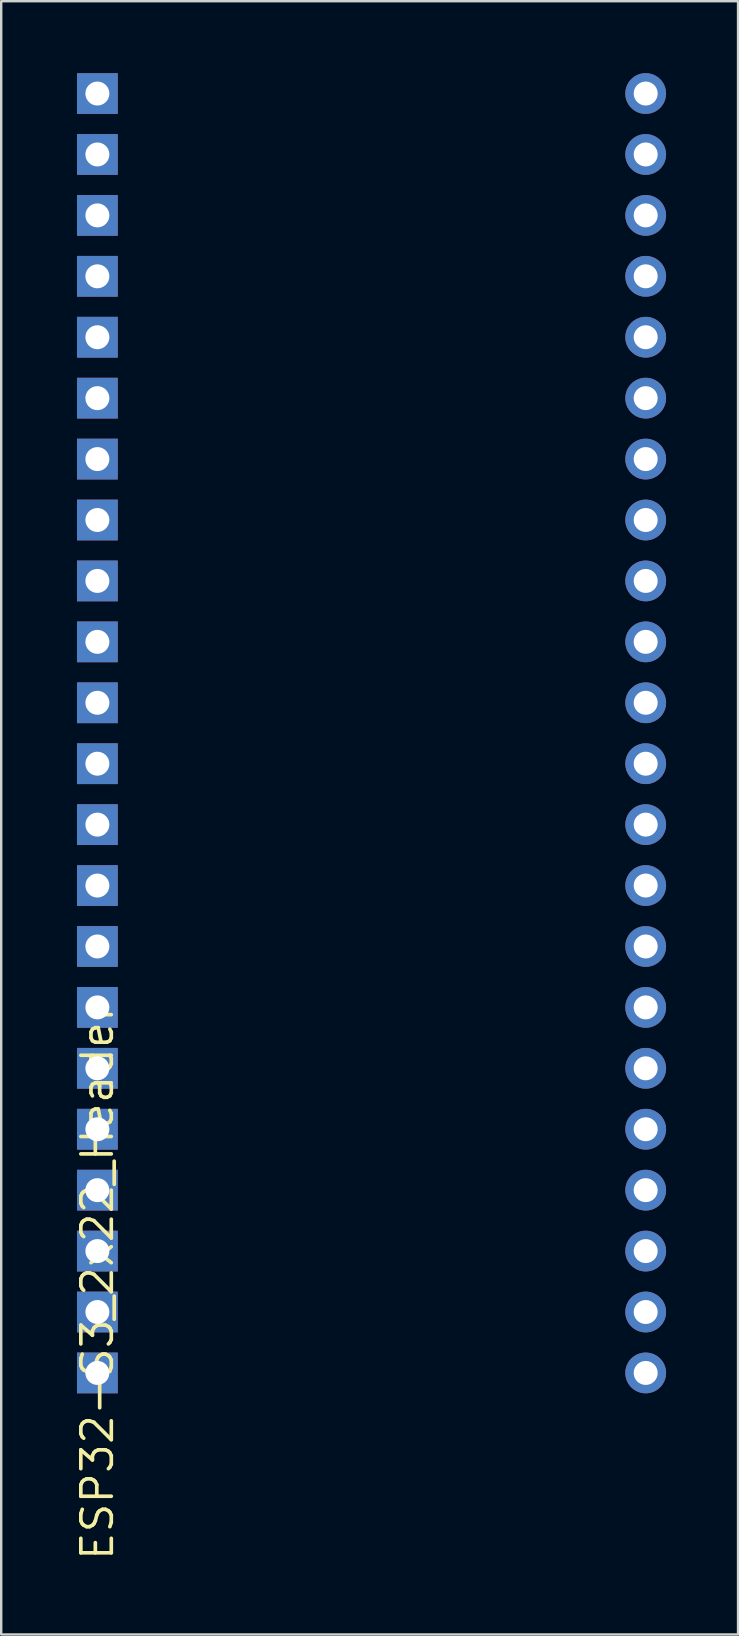
<source format=kicad_pcb>
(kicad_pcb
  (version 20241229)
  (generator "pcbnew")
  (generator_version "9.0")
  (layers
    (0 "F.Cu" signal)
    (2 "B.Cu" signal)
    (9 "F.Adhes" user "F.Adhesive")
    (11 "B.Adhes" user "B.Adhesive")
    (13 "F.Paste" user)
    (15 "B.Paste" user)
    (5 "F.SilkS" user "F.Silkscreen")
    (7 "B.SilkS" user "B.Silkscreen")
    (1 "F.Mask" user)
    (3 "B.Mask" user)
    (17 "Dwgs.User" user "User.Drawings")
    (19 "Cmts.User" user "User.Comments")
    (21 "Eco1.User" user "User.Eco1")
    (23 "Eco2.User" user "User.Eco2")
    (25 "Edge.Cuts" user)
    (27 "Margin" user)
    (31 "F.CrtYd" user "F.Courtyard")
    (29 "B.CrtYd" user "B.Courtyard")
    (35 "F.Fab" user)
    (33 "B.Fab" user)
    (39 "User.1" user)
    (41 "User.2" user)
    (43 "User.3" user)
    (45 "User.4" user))
  (footprint "ESP32-S3_2x22_Header"
    (layer "F.Cu")
    (at 1.01 54.19)
    (property "Reference" "ESP32-S3_2x22_Header" (at 0 -3.81 270) (layer "F.SilkS") (effects (font (size 1.27 1.27) (thickness 0.152))))
    (pad "1" thru_hole rect (at 0 0) (size 1.7 1.7) (drill 1) (layers "*.Cu" "*.Mask"))
    (pad "2" thru_hole rect (at 0 -2.54) (size 1.7 1.7) (drill 1) (layers "*.Cu" "*.Mask"))
    (pad "3" thru_hole rect (at 0 -5.08) (size 1.7 1.7) (drill 1) (layers "*.Cu" "*.Mask"))
    (pad "4" thru_hole rect (at 0 -7.62) (size 1.7 1.7) (drill 1) (layers "*.Cu" "*.Mask"))
    (pad "5" thru_hole rect (at 0 -10.16) (size 1.7 1.7) (drill 1) (layers "*.Cu" "*.Mask"))
    (pad "6" thru_hole rect (at 0 -12.7) (size 1.7 1.7) (drill 1) (layers "*.Cu" "*.Mask"))
    (pad "7" thru_hole rect (at 0 -15.24) (size 1.7 1.7) (drill 1) (layers "*.Cu" "*.Mask"))
    (pad "8" thru_hole rect (at 0 -17.78) (size 1.7 1.7) (drill 1) (layers "*.Cu" "*.Mask"))
    (pad "9" thru_hole rect (at 0 -20.32) (size 1.7 1.7) (drill 1) (layers "*.Cu" "*.Mask"))
    (pad "10" thru_hole rect (at 0 -22.86) (size 1.7 1.7) (drill 1) (layers "*.Cu" "*.Mask"))
    (pad "11" thru_hole rect (at 0 -25.4) (size 1.7 1.7) (drill 1) (layers "*.Cu" "*.Mask"))
    (pad "12" thru_hole rect (at 0 -27.94) (size 1.7 1.7) (drill 1) (layers "*.Cu" "*.Mask"))
    (pad "13" thru_hole rect (at 0 -30.48) (size 1.7 1.7) (drill 1) (layers "*.Cu" "*.Mask"))
    (pad "14" thru_hole rect (at 0 -33.02) (size 1.7 1.7) (drill 1) (layers "*.Cu" "*.Mask"))
    (pad "15" thru_hole rect (at 0 -35.56) (size 1.7 1.7) (drill 1) (layers "*.Cu" "*.Mask"))
    (pad "16" thru_hole rect (at 0 -38.1) (size 1.7 1.7) (drill 1) (layers "*.Cu" "*.Mask"))
    (pad "17" thru_hole rect (at 0 -40.64) (size 1.7 1.7) (drill 1) (layers "*.Cu" "*.Mask"))
    (pad "18" thru_hole rect (at 0 -43.18) (size 1.7 1.7) (drill 1) (layers "*.Cu" "*.Mask"))
    (pad "19" thru_hole rect (at 0 -45.72) (size 1.7 1.7) (drill 1) (layers "*.Cu" "*.Mask"))
    (pad "20" thru_hole rect (at 0 -48.26) (size 1.7 1.7) (drill 1) (layers "*.Cu" "*.Mask"))
    (pad "21" thru_hole rect (at 0 -50.8) (size 1.7 1.7) (drill 1) (layers "*.Cu" "*.Mask"))
    (pad "22" thru_hole rect (at 0 -53.34) (size 1.7 1.7) (drill 1) (layers "*.Cu" "*.Mask"))
    (pad "23" thru_hole oval (at 22.86 0) (size 1.7 1.7) (drill 1) (layers "*.Cu" "*.Mask"))
    (pad "24" thru_hole oval (at 22.86 -2.54) (size 1.7 1.7) (drill 1) (layers "*.Cu" "*.Mask"))
    (pad "25" thru_hole oval (at 22.86 -5.08) (size 1.7 1.7) (drill 1) (layers "*.Cu" "*.Mask"))
    (pad "26" thru_hole oval (at 22.86 -7.62) (size 1.7 1.7) (drill 1) (layers "*.Cu" "*.Mask"))
    (pad "27" thru_hole oval (at 22.86 -10.16) (size 1.7 1.7) (drill 1) (layers "*.Cu" "*.Mask"))
    (pad "28" thru_hole oval (at 22.86 -12.7) (size 1.7 1.7) (drill 1) (layers "*.Cu" "*.Mask"))
    (pad "29" thru_hole oval (at 22.86 -15.24) (size 1.7 1.7) (drill 1) (layers "*.Cu" "*.Mask"))
    (pad "30" thru_hole oval (at 22.86 -17.78) (size 1.7 1.7) (drill 1) (layers "*.Cu" "*.Mask"))
    (pad "31" thru_hole oval (at 22.86 -20.32) (size 1.7 1.7) (drill 1) (layers "*.Cu" "*.Mask"))
    (pad "32" thru_hole oval (at 22.86 -22.86) (size 1.7 1.7) (drill 1) (layers "*.Cu" "*.Mask"))
    (pad "33" thru_hole oval (at 22.86 -25.4) (size 1.7 1.7) (drill 1) (layers "*.Cu" "*.Mask"))
    (pad "34" thru_hole oval (at 22.86 -27.94) (size 1.7 1.7) (drill 1) (layers "*.Cu" "*.Mask"))
    (pad "35" thru_hole oval (at 22.86 -30.48) (size 1.7 1.7) (drill 1) (layers "*.Cu" "*.Mask"))
    (pad "36" thru_hole oval (at 22.86 -33.02) (size 1.7 1.7) (drill 1) (layers "*.Cu" "*.Mask"))
    (pad "37" thru_hole oval (at 22.86 -35.56) (size 1.7 1.7) (drill 1) (layers "*.Cu" "*.Mask"))
    (pad "38" thru_hole oval (at 22.86 -38.1) (size 1.7 1.7) (drill 1) (layers "*.Cu" "*.Mask"))
    (pad "39" thru_hole oval (at 22.86 -40.64) (size 1.7 1.7) (drill 1) (layers "*.Cu" "*.Mask"))
    (pad "40" thru_hole oval (at 22.86 -43.18) (size 1.7 1.7) (drill 1) (layers "*.Cu" "*.Mask"))
    (pad "41" thru_hole oval (at 22.86 -45.72) (size 1.7 1.7) (drill 1) (layers "*.Cu" "*.Mask"))
    (pad "42" thru_hole oval (at 22.86 -48.26) (size 1.7 1.7) (drill 1) (layers "*.Cu" "*.Mask"))
    (pad "43" thru_hole oval (at 22.86 -50.8) (size 1.7 1.7) (drill 1) (layers "*.Cu" "*.Mask"))
    (pad "44" thru_hole oval (at 22.86 -53.34) (size 1.7 1.7) (drill 1) (layers "*.Cu" "*.Mask")))
  (gr_rect
    (start -3 -3)
    (end 27.72 65.093)
    (stroke (width 0.1) (type default))
    (fill no)
    (layer "Edge.Cuts")))
</source>
